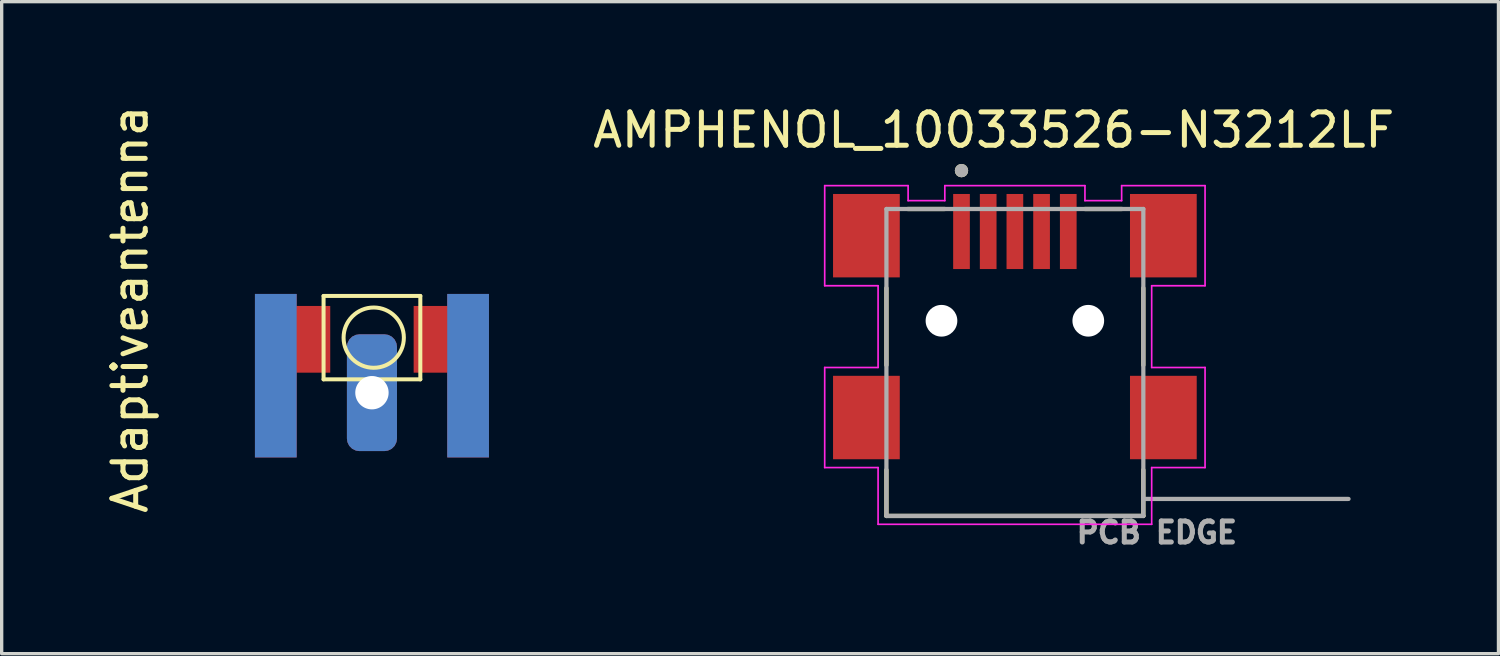
<source format=kicad_pcb>
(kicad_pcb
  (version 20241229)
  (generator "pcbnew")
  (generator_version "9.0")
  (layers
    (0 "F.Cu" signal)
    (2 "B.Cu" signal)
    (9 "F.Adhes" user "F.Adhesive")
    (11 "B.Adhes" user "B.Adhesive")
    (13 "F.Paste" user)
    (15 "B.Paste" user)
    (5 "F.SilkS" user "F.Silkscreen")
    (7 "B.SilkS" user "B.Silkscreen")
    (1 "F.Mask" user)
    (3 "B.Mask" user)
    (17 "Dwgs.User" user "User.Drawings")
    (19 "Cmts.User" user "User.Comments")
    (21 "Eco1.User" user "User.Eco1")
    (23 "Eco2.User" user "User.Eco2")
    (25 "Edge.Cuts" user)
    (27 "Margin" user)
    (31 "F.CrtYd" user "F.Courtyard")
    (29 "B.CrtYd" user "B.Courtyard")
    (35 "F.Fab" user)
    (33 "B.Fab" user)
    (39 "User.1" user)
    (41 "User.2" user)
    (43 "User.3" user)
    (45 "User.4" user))
  (footprint "Adaptiveantenna"
    (layer "F.Cu")
    (at 8.148 5.77)
    (property "Reference" "Adaptiveantenna" (at -7.3 0.45 90) (layer "F.SilkS") (effects (font (size 1 1) (thickness 0.15))))
    (attr through_hole)
    (fp_line (start -1.5 0.05) (end -1.5 2.55) (stroke (width 0.12) (type solid)) (layer "F.SilkS"))
    (fp_line (start -1.5 0.05) (end 1.4 0.05) (stroke (width 0.12) (type solid)) (layer "F.SilkS"))
    (fp_line (start 1.4 0.05) (end 1.4 2.55) (stroke (width 0.12) (type solid)) (layer "F.SilkS"))
    (fp_line (start 1.4 2.55) (end -1.5 2.55) (stroke (width 0.12) (type solid)) (layer "F.SilkS"))
    (fp_circle (center 0.003 1.3) (end 0.574 2) (stroke (width 0.12) (type solid)) (fill no) (layer "F.SilkS"))
    (pad "1" thru_hole roundrect (at -0.05 2.95) (size 1.5 3.5) (drill 1) (layers "*.Cu" "*.Mask") (roundrect_rratio 0.25))
    (pad "2" smd rect (at -2.932 2.44) (size 1.25 4.9) (layers "F.Cu" "F.Mask" "F.Paste"))
    (pad "2" smd rect (at -2.932 2.44) (size 1.25 4.9) (layers "B.Cu" "B.Mask" "B.Paste"))
    (pad "2" smd rect (at -2.3 1.35) (size 2 2) (layers "F.Cu" "F.Mask" "F.Paste"))
    (pad "2" smd rect (at 2.2 1.35) (size 2 2) (layers "F.Cu" "F.Mask" "F.Paste"))
    (pad "2" smd rect (at 2.832 2.44) (size 1.25 4.9) (layers "F.Cu" "F.Mask" "F.Paste"))
    (pad "2" smd rect (at 2.832 2.44) (size 1.25 4.9) (layers "B.Cu" "B.Mask" "B.Paste")))
  (footprint "AMPHENOL_10033526-N3212LF"
    (layer "F.Cu")
    (at 27.368 6.564)
    (property "Reference" "AMPHENOL_10033526-N3212LF" (at -0.634 -5.715 0) (layer "F.SilkS") (effects (font (size 1 1) (thickness 0.15))))
    (attr smd)
    (fp_line (start -3.85 1.33) (end -3.85 -0.98) (stroke (width 0.127) (type solid)) (layer "F.SilkS"))
    (fp_line (start -3.85 4.47) (end -3.85 5.85) (stroke (width 0.127) (type solid)) (layer "F.SilkS"))
    (fp_line (start -3.85 5.85) (end 3.85 5.85) (stroke (width 0.127) (type solid)) (layer "F.SilkS"))
    (fp_line (start -3.21 -3.35) (end -2.1 -3.35) (stroke (width 0.127) (type solid)) (layer "F.SilkS"))
    (fp_line (start 2.1 -3.35) (end 3.21 -3.35) (stroke (width 0.127) (type solid)) (layer "F.SilkS"))
    (fp_line (start 3.85 1.33) (end 3.85 -0.98) (stroke (width 0.127) (type solid)) (layer "F.SilkS"))
    (fp_line (start 3.85 5.85) (end 3.85 4.47) (stroke (width 0.127) (type solid)) (layer "F.SilkS"))
    (fp_circle (center -1.6 -4.5) (end -1.5 -4.5) (stroke (width 0.2) (type solid)) (fill no) (layer "F.SilkS"))
    (fp_line (start -5.7 -4.05) (end -3.2 -4.05) (stroke (width 0.05) (type solid)) (layer "F.CrtYd"))
    (fp_line (start -5.7 -1.05) (end -5.7 -4.05) (stroke (width 0.05) (type solid)) (layer "F.CrtYd"))
    (fp_line (start -5.7 1.4) (end -4.1 1.4) (stroke (width 0.05) (type solid)) (layer "F.CrtYd"))
    (fp_line (start -5.7 4.4) (end -5.7 1.4) (stroke (width 0.05) (type solid)) (layer "F.CrtYd"))
    (fp_line (start -4.1 -1.05) (end -5.7 -1.05) (stroke (width 0.05) (type solid)) (layer "F.CrtYd"))
    (fp_line (start -4.1 1.4) (end -4.1 -1.05) (stroke (width 0.05) (type solid)) (layer "F.CrtYd"))
    (fp_line (start -4.1 4.4) (end -5.7 4.4) (stroke (width 0.05) (type solid)) (layer "F.CrtYd"))
    (fp_line (start -4.1 6.1) (end -4.1 4.4) (stroke (width 0.05) (type solid)) (layer "F.CrtYd"))
    (fp_line (start -3.2 -4.05) (end -3.2 -3.6) (stroke (width 0.05) (type solid)) (layer "F.CrtYd"))
    (fp_line (start -3.2 -3.6) (end -2.1 -3.6) (stroke (width 0.05) (type solid)) (layer "F.CrtYd"))
    (fp_line (start -2.1 -4.05) (end 2.1 -4.05) (stroke (width 0.05) (type solid)) (layer "F.CrtYd"))
    (fp_line (start -2.1 -3.6) (end -2.1 -4.05) (stroke (width 0.05) (type solid)) (layer "F.CrtYd"))
    (fp_line (start 2.1 -4.05) (end 2.1 -3.6) (stroke (width 0.05) (type solid)) (layer "F.CrtYd"))
    (fp_line (start 2.1 -3.6) (end 3.2 -3.6) (stroke (width 0.05) (type solid)) (layer "F.CrtYd"))
    (fp_line (start 3.2 -4.05) (end 5.7 -4.05) (stroke (width 0.05) (type solid)) (layer "F.CrtYd"))
    (fp_line (start 3.2 -3.6) (end 3.2 -4.05) (stroke (width 0.05) (type solid)) (layer "F.CrtYd"))
    (fp_line (start 4.1 -1.05) (end 4.1 1.4) (stroke (width 0.05) (type solid)) (layer "F.CrtYd"))
    (fp_line (start 4.1 1.4) (end 5.7 1.4) (stroke (width 0.05) (type solid)) (layer "F.CrtYd"))
    (fp_line (start 4.1 4.4) (end 4.1 6.1) (stroke (width 0.05) (type solid)) (layer "F.CrtYd"))
    (fp_line (start 4.1 6.1) (end -4.1 6.1) (stroke (width 0.05) (type solid)) (layer "F.CrtYd"))
    (fp_line (start 5.7 -4.05) (end 5.7 -1.05) (stroke (width 0.05) (type solid)) (layer "F.CrtYd"))
    (fp_line (start 5.7 -1.05) (end 4.1 -1.05) (stroke (width 0.05) (type solid)) (layer "F.CrtYd"))
    (fp_line (start 5.7 1.4) (end 5.7 4.4) (stroke (width 0.05) (type solid)) (layer "F.CrtYd"))
    (fp_line (start 5.7 4.4) (end 4.1 4.4) (stroke (width 0.05) (type solid)) (layer "F.CrtYd"))
    (fp_line (start -3.85 -3.35) (end 3.85 -3.35) (stroke (width 0.127) (type solid)) (layer "F.Fab"))
    (fp_line (start -3.85 5.85) (end -3.85 -3.35) (stroke (width 0.127) (type solid)) (layer "F.Fab"))
    (fp_line (start 3.85 -3.35) (end 3.85 5.34) (stroke (width 0.127) (type solid)) (layer "F.Fab"))
    (fp_line (start 3.85 5.34) (end 3.85 5.85) (stroke (width 0.127) (type solid)) (layer "F.Fab"))
    (fp_line (start 3.85 5.34) (end 10 5.34) (stroke (width 0.127) (type solid)) (layer "F.Fab"))
    (fp_line (start 3.85 5.85) (end -3.85 5.85) (stroke (width 0.127) (type solid)) (layer "F.Fab"))
    (fp_circle (center -1.6 -4.5) (end -1.5 -4.5) (stroke (width 0.2) (type solid)) (fill no) (layer "F.Fab"))
    (fp_text user "PCB EDGE" (at 4.254 6.347 0) (layer "F.Fab") (effects (font (size 0.63 0.63) (thickness 0.15))))
    (pad "" np_thru_hole circle (at -2.2 0) (size 0.95 0.95) (drill 0.95) (layers "*.Cu" "*.Mask"))
    (pad "" np_thru_hole circle (at 2.2 0) (size 0.95 0.95) (drill 0.95) (layers "*.Cu" "*.Mask"))
    (pad "1" smd rect (at -1.6 -2.675) (size 0.5 2.25) (layers "F.Cu" "F.Mask" "F.Paste"))
    (pad "2" smd rect (at -0.8 -2.675) (size 0.5 2.25) (layers "F.Cu" "F.Mask" "F.Paste"))
    (pad "3" smd rect (at 0 -2.675) (size 0.5 2.25) (layers "F.Cu" "F.Mask" "F.Paste"))
    (pad "4" smd rect (at 0.8 -2.675) (size 0.5 2.25) (layers "F.Cu" "F.Mask" "F.Paste"))
    (pad "5" smd rect (at 1.6 -2.675) (size 0.5 2.25) (layers "F.Cu" "F.Mask" "F.Paste"))
    (pad "SH1" smd rect (at -4.45 -2.55) (size 2 2.5) (layers "F.Cu" "F.Mask" "F.Paste"))
    (pad "SH2" smd rect (at 4.45 -2.55) (size 2 2.5) (layers "F.Cu" "F.Mask" "F.Paste"))
    (pad "SH3" smd rect (at -4.45 2.9) (size 2 2.5) (layers "F.Cu" "F.Mask" "F.Paste"))
    (pad "SH4" smd rect (at 4.45 2.9) (size 2 2.5) (layers "F.Cu" "F.Mask" "F.Paste")))
  (gr_rect
    (start -3 -3)
    (end 41.862 16.542)
    (stroke (width 0.1) (type default))
    (fill no)
    (layer "Edge.Cuts")))
</source>
